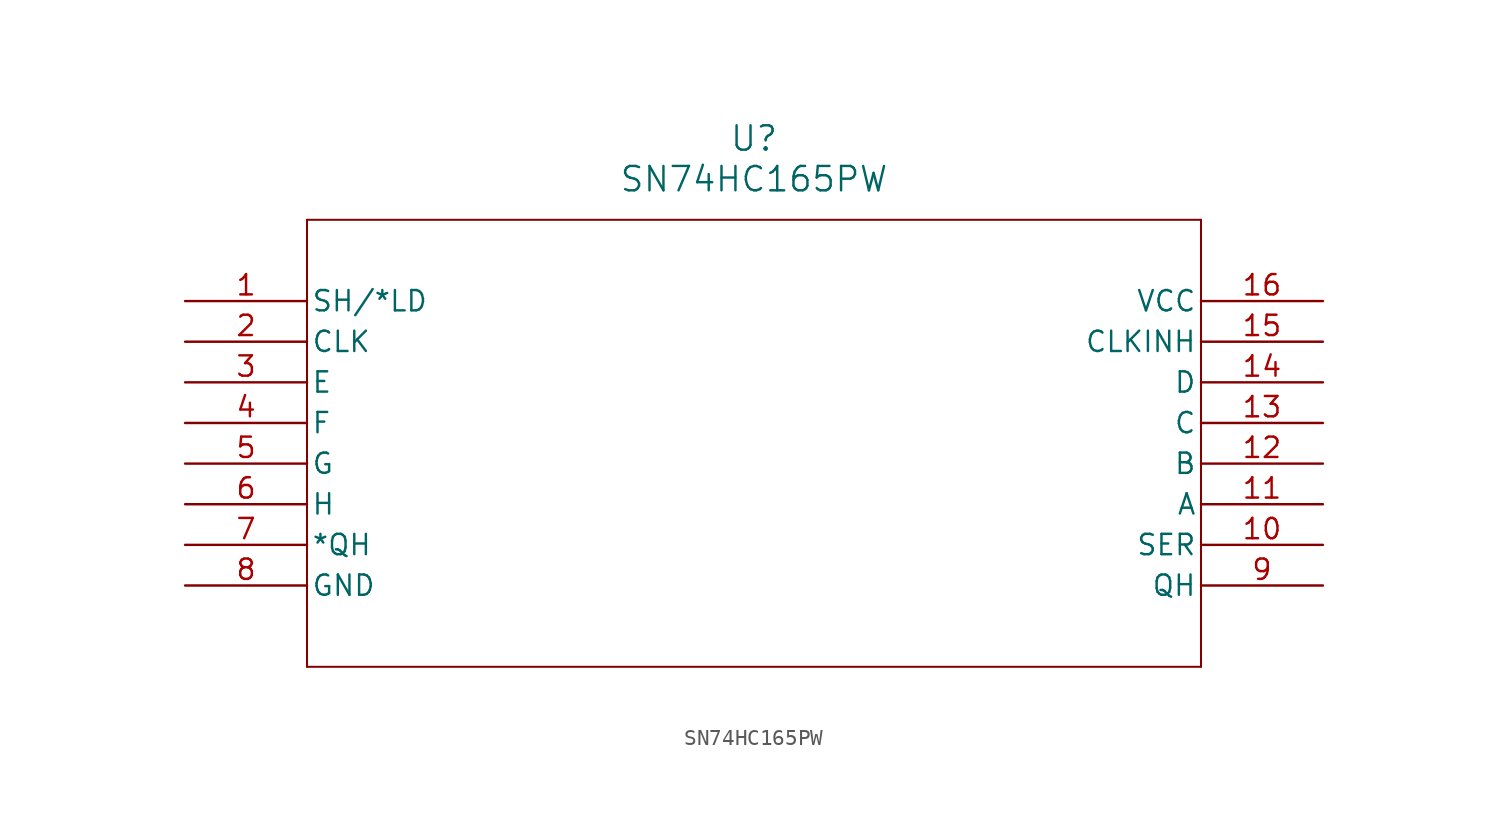
<source format=kicad_sym>
(kicad_symbol_lib
  (version 20211014)
  (generator kicad_symbol_editor)
  (symbol "SN74HC165PW"
    (pin_names
      (offset 0.254))
    (property "Reference" "U"
      (at 35.56 10.16 0)
      (effects (font (size 1.524 1.524))))
    (property "Value" "SN74HC165PW"
      (at 35.56 7.62 0)
      (effects (font (size 1.524 1.524))))
    (symbol "SN74HC165PW_0_1"
      (polyline (pts (xy 7.62 5.08) (xy 7.62 -22.86)) (stroke (width 0.127) (type default) (color 0 0 0 0)) (fill (type none)))
      (polyline (pts (xy 7.62 -22.86) (xy 63.5 -22.86)) (stroke (width 0.127) (type default) (color 0 0 0 0)) (fill (type none)))
      (polyline (pts (xy 63.5 -22.86) (xy 63.5 5.08)) (stroke (width 0.127) (type default) (color 0 0 0 0)) (fill (type none)))
      (polyline (pts (xy 63.5 5.08) (xy 7.62 5.08)) (stroke (width 0.127) (type default) (color 0 0 0 0)) (fill (type none)))
      (pin input line (at 0 0 0) (length 7.62) (name "SH/*LD" (effects (font (size 1.27 1.27)))) (number "1" (effects (font (size 1.27 1.27)))))
      (pin input line (at 0 -2.54 0) (length 7.62) (name "CLK" (effects (font (size 1.27 1.27)))) (number "2" (effects (font (size 1.27 1.27)))))
      (pin input line (at 0 -5.08 0) (length 7.62) (name "E" (effects (font (size 1.27 1.27)))) (number "3" (effects (font (size 1.27 1.27)))))
      (pin input line (at 0 -7.62 0) (length 7.62) (name "F" (effects (font (size 1.27 1.27)))) (number "4" (effects (font (size 1.27 1.27)))))
      (pin input line (at 0 -10.16 0) (length 7.62) (name "G" (effects (font (size 1.27 1.27)))) (number "5" (effects (font (size 1.27 1.27)))))
      (pin input line (at 0 -12.7 0) (length 7.62) (name "H" (effects (font (size 1.27 1.27)))) (number "6" (effects (font (size 1.27 1.27)))))
      (pin output line (at 0 -15.24 0) (length 7.62) (name "*QH" (effects (font (size 1.27 1.27)))) (number "7" (effects (font (size 1.27 1.27)))))
      (pin power_in line (at 0 -17.78 0) (length 7.62) (name "GND" (effects (font (size 1.27 1.27)))) (number "8" (effects (font (size 1.27 1.27)))))
      (pin output line (at 71.12 -17.78 180) (length 7.62) (name "QH" (effects (font (size 1.27 1.27)))) (number "9" (effects (font (size 1.27 1.27)))))
      (pin input line (at 71.12 -15.24 180) (length 7.62) (name "SER" (effects (font (size 1.27 1.27)))) (number "10" (effects (font (size 1.27 1.27)))))
      (pin input line (at 71.12 -12.7 180) (length 7.62) (name "A" (effects (font (size 1.27 1.27)))) (number "11" (effects (font (size 1.27 1.27)))))
      (pin input line (at 71.12 -10.16 180) (length 7.62) (name "B" (effects (font (size 1.27 1.27)))) (number "12" (effects (font (size 1.27 1.27)))))
      (pin input line (at 71.12 -7.62 180) (length 7.62) (name "C" (effects (font (size 1.27 1.27)))) (number "13" (effects (font (size 1.27 1.27)))))
      (pin input line (at 71.12 -5.08 180) (length 7.62) (name "D" (effects (font (size 1.27 1.27)))) (number "14" (effects (font (size 1.27 1.27)))))
      (pin input line (at 71.12 -2.54 180) (length 7.62) (name "CLKINH" (effects (font (size 1.27 1.27)))) (number "15" (effects (font (size 1.27 1.27)))))
      (pin power_in line (at 71.12 0 180) (length 7.62) (name "VCC" (effects (font (size 1.27 1.27)))) (number "16" (effects (font (size 1.27 1.27))))))))
</source>
